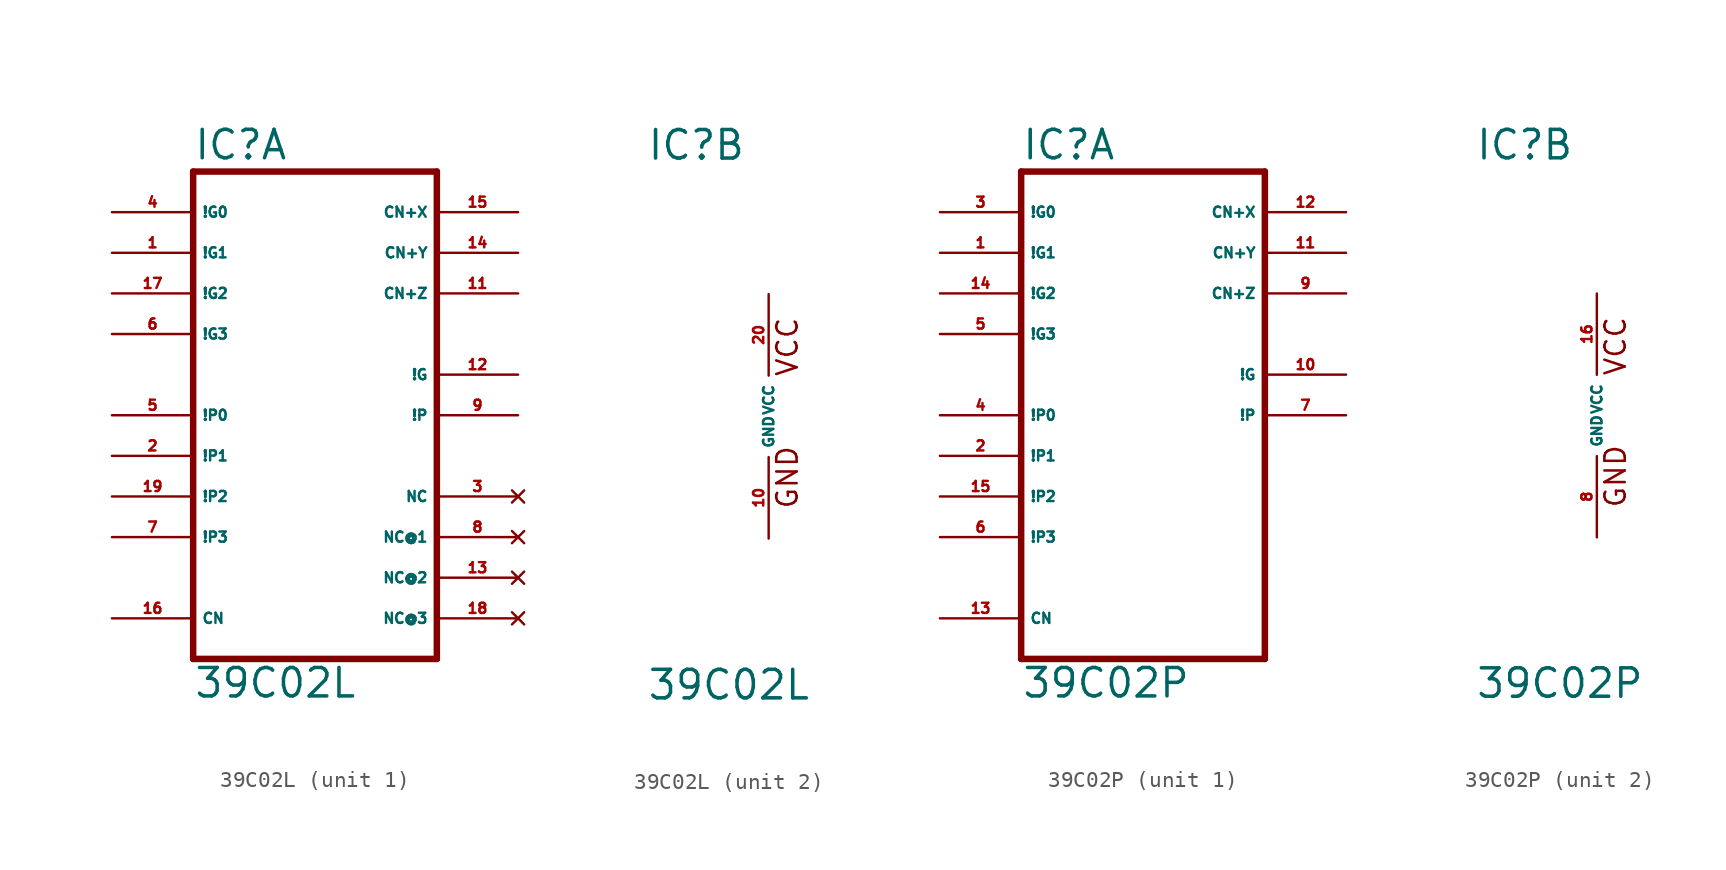
<source format=kicad_sym>
(kicad_symbol_lib
  (version 20220914)
  (generator Eagle2Kicad)
  (symbol "39C02L"
    (property "Reference" "IC"
      (at -7.62 15.875 0)
      (effects (font (size 1.778 1.778) (thickness 0.22)) (justify left bottom)))
    (property "Value" "39C02L"
      (at -7.62 -17.78 0)
      (effects (font (size 1.778 1.778) (thickness 0.22)) (justify left bottom)))
    (symbol "39C02L_1_0"
      (polyline (pts (xy -7.62 -15.24) (xy 7.62 -15.24)) (stroke (width 0.406) (type default)) (fill (type none)))
      (polyline (pts (xy 7.62 -15.24) (xy 7.62 15.24)) (stroke (width 0.406) (type default)) (fill (type none)))
      (polyline (pts (xy 7.62 15.24) (xy -7.62 15.24)) (stroke (width 0.406) (type default)) (fill (type none)))
      (polyline (pts (xy -7.62 15.24) (xy -7.62 -15.24)) (stroke (width 0.406) (type default)) (fill (type none)))
      (pin input line (at -12.7 12.7 0) (length 5.08) (name "!G0" (effects (font (size 0.635 0.635) (thickness 0.08)) (justify left bottom))) (number "4" (effects (font (size 0.635 0.635) (thickness 0.08)) (justify left bottom))))
      (pin input line (at -12.7 10.16 0) (length 5.08) (name "!G1" (effects (font (size 0.635 0.635) (thickness 0.08)) (justify left bottom))) (number "1" (effects (font (size 0.635 0.635) (thickness 0.08)) (justify left bottom))))
      (pin input line (at -12.7 7.62 0) (length 5.08) (name "!G2" (effects (font (size 0.635 0.635) (thickness 0.08)) (justify left bottom))) (number "17" (effects (font (size 0.635 0.635) (thickness 0.08)) (justify left bottom))))
      (pin input line (at -12.7 5.08 0) (length 5.08) (name "!G3" (effects (font (size 0.635 0.635) (thickness 0.08)) (justify left bottom))) (number "6" (effects (font (size 0.635 0.635) (thickness 0.08)) (justify left bottom))))
      (pin input line (at -12.7 0 0) (length 5.08) (name "!P0" (effects (font (size 0.635 0.635) (thickness 0.08)) (justify left bottom))) (number "5" (effects (font (size 0.635 0.635) (thickness 0.08)) (justify left bottom))))
      (pin input line (at -12.7 -2.54 0) (length 5.08) (name "!P1" (effects (font (size 0.635 0.635) (thickness 0.08)) (justify left bottom))) (number "2" (effects (font (size 0.635 0.635) (thickness 0.08)) (justify left bottom))))
      (pin input line (at -12.7 -5.08 0) (length 5.08) (name "!P2" (effects (font (size 0.635 0.635) (thickness 0.08)) (justify left bottom))) (number "19" (effects (font (size 0.635 0.635) (thickness 0.08)) (justify left bottom))))
      (pin input line (at -12.7 -7.62 0) (length 5.08) (name "!P3" (effects (font (size 0.635 0.635) (thickness 0.08)) (justify left bottom))) (number "7" (effects (font (size 0.635 0.635) (thickness 0.08)) (justify left bottom))))
      (pin input line (at -12.7 -12.7 0) (length 5.08) (name "CN" (effects (font (size 0.635 0.635) (thickness 0.08)) (justify left bottom))) (number "16" (effects (font (size 0.635 0.635) (thickness 0.08)) (justify left bottom))))
      (pin output line (at 12.7 12.7 180) (length 5.08) (name "CN+X" (effects (font (size 0.635 0.635) (thickness 0.08)) (justify left bottom))) (number "15" (effects (font (size 0.635 0.635) (thickness 0.08)) (justify left bottom))))
      (pin output line (at 12.7 10.16 180) (length 5.08) (name "CN+Y" (effects (font (size 0.635 0.635) (thickness 0.08)) (justify left bottom))) (number "14" (effects (font (size 0.635 0.635) (thickness 0.08)) (justify left bottom))))
      (pin output line (at 12.7 7.62 180) (length 5.08) (name "CN+Z" (effects (font (size 0.635 0.635) (thickness 0.08)) (justify left bottom))) (number "11" (effects (font (size 0.635 0.635) (thickness 0.08)) (justify left bottom))))
      (pin output line (at 12.7 2.54 180) (length 5.08) (name "!G" (effects (font (size 0.635 0.635) (thickness 0.08)) (justify left bottom))) (number "12" (effects (font (size 0.635 0.635) (thickness 0.08)) (justify left bottom))))
      (pin output line (at 12.7 0 180) (length 5.08) (name "!P" (effects (font (size 0.635 0.635) (thickness 0.08)) (justify left bottom))) (number "9" (effects (font (size 0.635 0.635) (thickness 0.08)) (justify left bottom))))
      (pin no_connect line (at 12.7 -5.08 180) (length 5.08) (name "NC" (effects (font (size 0.635 0.635) (thickness 0.08)) (justify left bottom) hide)) (number "3" (effects (font (size 0.635 0.635) (thickness 0.08)) (justify left bottom) hide)))
      (pin no_connect line (at 12.7 -7.62 180) (length 5.08) (name "NC@1" (effects (font (size 0.635 0.635) (thickness 0.08)) (justify left bottom) hide)) (number "8" (effects (font (size 0.635 0.635) (thickness 0.08)) (justify left bottom) hide)))
      (pin no_connect line (at 12.7 -10.16 180) (length 5.08) (name "NC@2" (effects (font (size 0.635 0.635) (thickness 0.08)) (justify left bottom) hide)) (number "13" (effects (font (size 0.635 0.635) (thickness 0.08)) (justify left bottom) hide)))
      (pin no_connect line (at 12.7 -12.7 180) (length 5.08) (name "NC@3" (effects (font (size 0.635 0.635) (thickness 0.08)) (justify left bottom) hide)) (number "18" (effects (font (size 0.635 0.635) (thickness 0.08)) (justify left bottom) hide))))
    (symbol "39C02L_2_0"
      (text "GND" (at 1.905 -5.842 900) (effects (font (size 1.27 1.27) (thickness 0.16)) (justify left bottom)))
      (text "VCC" (at 1.905 2.413 900) (effects (font (size 1.27 1.27) (thickness 0.16)) (justify left bottom)))
      (pin unspecified line (at 0 7.62 270) (length 5.08) (name "VCC" (effects (font (size 0.635 0.635) (thickness 0.08)) (justify left bottom))) (number "20" (effects (font (size 0.635 0.635) (thickness 0.08)) (justify left bottom))))
      (pin unspecified line (at 0 -7.62 90) (length 5.08) (name "GND" (effects (font (size 0.635 0.635) (thickness 0.08)) (justify left bottom))) (number "10" (effects (font (size 0.635 0.635) (thickness 0.08)) (justify left bottom))))))
  (symbol "39C02P"
    (property "Reference" "IC"
      (at -7.62 15.875 0)
      (effects (font (size 1.778 1.778) (thickness 0.22)) (justify left bottom)))
    (property "Value" "39C02P"
      (at -7.62 -17.78 0)
      (effects (font (size 1.778 1.778) (thickness 0.22)) (justify left bottom)))
    (symbol "39C02P_1_0"
      (polyline (pts (xy -7.62 -15.24) (xy 7.62 -15.24)) (stroke (width 0.406) (type default)) (fill (type none)))
      (polyline (pts (xy 7.62 -15.24) (xy 7.62 15.24)) (stroke (width 0.406) (type default)) (fill (type none)))
      (polyline (pts (xy 7.62 15.24) (xy -7.62 15.24)) (stroke (width 0.406) (type default)) (fill (type none)))
      (polyline (pts (xy -7.62 15.24) (xy -7.62 -15.24)) (stroke (width 0.406) (type default)) (fill (type none)))
      (pin input line (at -12.7 12.7 0) (length 5.08) (name "!G0" (effects (font (size 0.635 0.635) (thickness 0.08)) (justify left bottom))) (number "3" (effects (font (size 0.635 0.635) (thickness 0.08)) (justify left bottom))))
      (pin input line (at -12.7 10.16 0) (length 5.08) (name "!G1" (effects (font (size 0.635 0.635) (thickness 0.08)) (justify left bottom))) (number "1" (effects (font (size 0.635 0.635) (thickness 0.08)) (justify left bottom))))
      (pin input line (at -12.7 7.62 0) (length 5.08) (name "!G2" (effects (font (size 0.635 0.635) (thickness 0.08)) (justify left bottom))) (number "14" (effects (font (size 0.635 0.635) (thickness 0.08)) (justify left bottom))))
      (pin input line (at -12.7 5.08 0) (length 5.08) (name "!G3" (effects (font (size 0.635 0.635) (thickness 0.08)) (justify left bottom))) (number "5" (effects (font (size 0.635 0.635) (thickness 0.08)) (justify left bottom))))
      (pin input line (at -12.7 0 0) (length 5.08) (name "!P0" (effects (font (size 0.635 0.635) (thickness 0.08)) (justify left bottom))) (number "4" (effects (font (size 0.635 0.635) (thickness 0.08)) (justify left bottom))))
      (pin input line (at -12.7 -2.54 0) (length 5.08) (name "!P1" (effects (font (size 0.635 0.635) (thickness 0.08)) (justify left bottom))) (number "2" (effects (font (size 0.635 0.635) (thickness 0.08)) (justify left bottom))))
      (pin input line (at -12.7 -5.08 0) (length 5.08) (name "!P2" (effects (font (size 0.635 0.635) (thickness 0.08)) (justify left bottom))) (number "15" (effects (font (size 0.635 0.635) (thickness 0.08)) (justify left bottom))))
      (pin input line (at -12.7 -7.62 0) (length 5.08) (name "!P3" (effects (font (size 0.635 0.635) (thickness 0.08)) (justify left bottom))) (number "6" (effects (font (size 0.635 0.635) (thickness 0.08)) (justify left bottom))))
      (pin input line (at -12.7 -12.7 0) (length 5.08) (name "CN" (effects (font (size 0.635 0.635) (thickness 0.08)) (justify left bottom))) (number "13" (effects (font (size 0.635 0.635) (thickness 0.08)) (justify left bottom))))
      (pin output line (at 12.7 12.7 180) (length 5.08) (name "CN+X" (effects (font (size 0.635 0.635) (thickness 0.08)) (justify left bottom))) (number "12" (effects (font (size 0.635 0.635) (thickness 0.08)) (justify left bottom))))
      (pin output line (at 12.7 10.16 180) (length 5.08) (name "CN+Y" (effects (font (size 0.635 0.635) (thickness 0.08)) (justify left bottom))) (number "11" (effects (font (size 0.635 0.635) (thickness 0.08)) (justify left bottom))))
      (pin output line (at 12.7 7.62 180) (length 5.08) (name "CN+Z" (effects (font (size 0.635 0.635) (thickness 0.08)) (justify left bottom))) (number "9" (effects (font (size 0.635 0.635) (thickness 0.08)) (justify left bottom))))
      (pin output line (at 12.7 2.54 180) (length 5.08) (name "!G" (effects (font (size 0.635 0.635) (thickness 0.08)) (justify left bottom))) (number "10" (effects (font (size 0.635 0.635) (thickness 0.08)) (justify left bottom))))
      (pin output line (at 12.7 0 180) (length 5.08) (name "!P" (effects (font (size 0.635 0.635) (thickness 0.08)) (justify left bottom))) (number "7" (effects (font (size 0.635 0.635) (thickness 0.08)) (justify left bottom)))))
    (symbol "39C02P_2_0"
      (text "GND" (at 1.905 -5.842 900) (effects (font (size 1.27 1.27) (thickness 0.16)) (justify left bottom)))
      (text "VCC" (at 1.905 2.413 900) (effects (font (size 1.27 1.27) (thickness 0.16)) (justify left bottom)))
      (pin unspecified line (at 0 7.62 270) (length 5.08) (name "VCC" (effects (font (size 0.635 0.635) (thickness 0.08)) (justify left bottom))) (number "16" (effects (font (size 0.635 0.635) (thickness 0.08)) (justify left bottom))))
      (pin unspecified line (at 0 -7.62 90) (length 5.08) (name "GND" (effects (font (size 0.635 0.635) (thickness 0.08)) (justify left bottom))) (number "8" (effects (font (size 0.635 0.635) (thickness 0.08)) (justify left bottom)))))))
</source>
